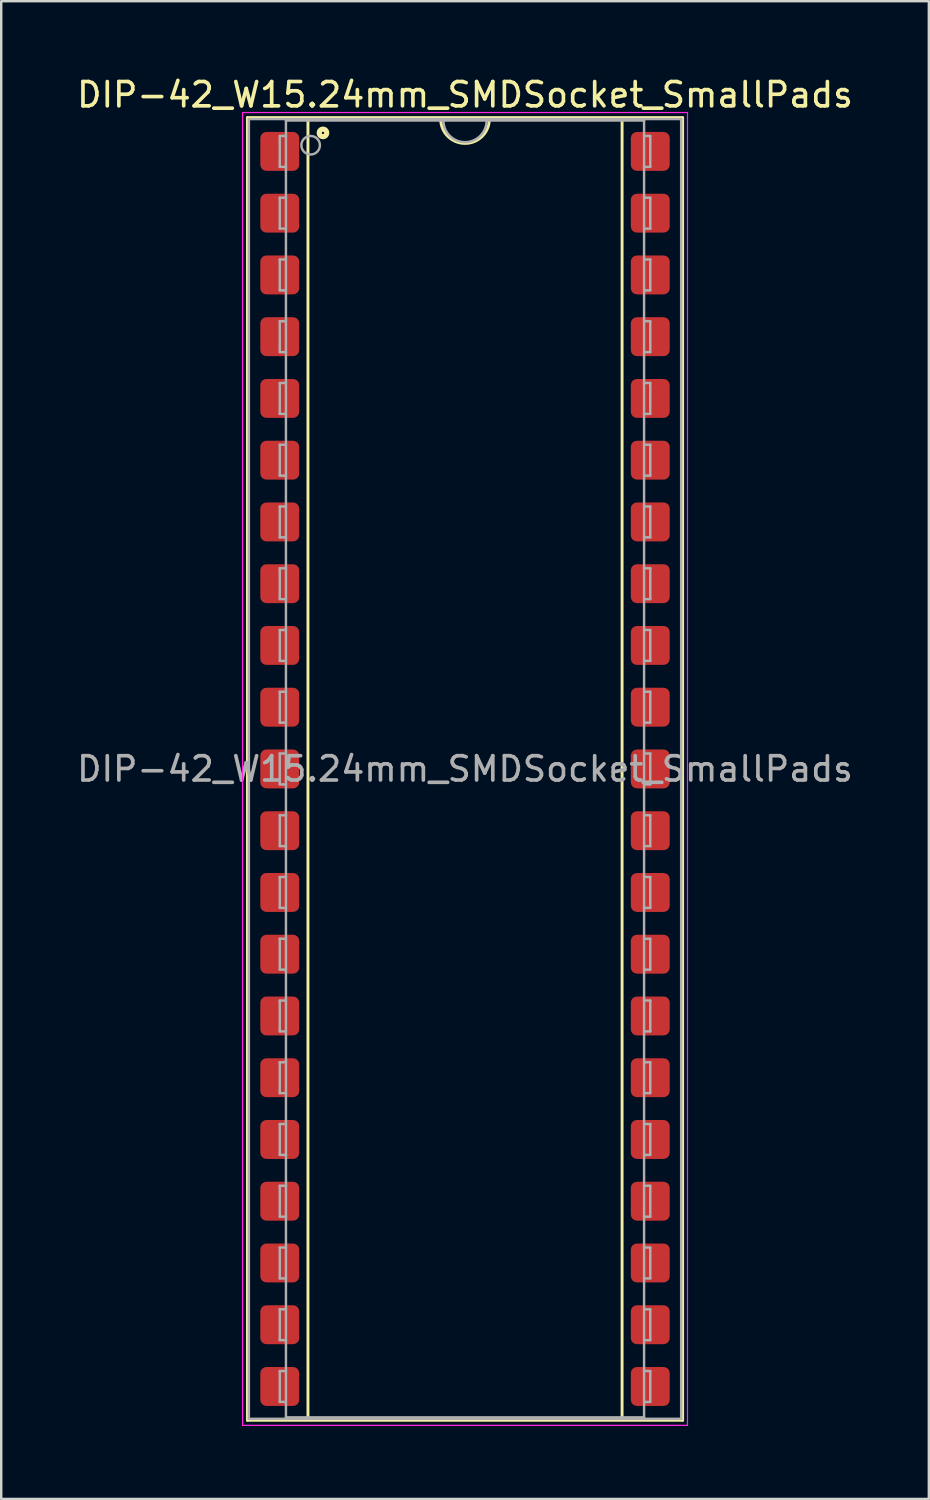
<source format=kicad_pcb>
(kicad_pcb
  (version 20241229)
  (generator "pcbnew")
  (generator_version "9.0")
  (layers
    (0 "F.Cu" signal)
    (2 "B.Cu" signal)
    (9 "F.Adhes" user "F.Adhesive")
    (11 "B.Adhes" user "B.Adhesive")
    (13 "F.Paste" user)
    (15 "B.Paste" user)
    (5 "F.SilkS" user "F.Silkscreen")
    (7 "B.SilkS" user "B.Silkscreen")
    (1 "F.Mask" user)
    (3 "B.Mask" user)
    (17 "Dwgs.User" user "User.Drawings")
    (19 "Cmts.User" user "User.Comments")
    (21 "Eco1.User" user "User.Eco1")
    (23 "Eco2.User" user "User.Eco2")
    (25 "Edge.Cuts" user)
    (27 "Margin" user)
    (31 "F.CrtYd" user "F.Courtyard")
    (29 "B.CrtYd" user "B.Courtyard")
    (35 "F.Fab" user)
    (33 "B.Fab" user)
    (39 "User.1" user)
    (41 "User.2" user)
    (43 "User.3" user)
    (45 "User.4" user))
  (footprint "DIP-42_W15.24mm_SMDSocket_SmallPads"
    (layer "F.Cu")
    (at 16.077 28.578)
    (property "Reference" "DIP-42_W15.24mm_SMDSocket_SmallPads" (at 0 -27.73 0) (layer "F.SilkS") (effects (font (size 1 1) (thickness 0.15))))
    (attr smd)
    (fp_line (start -8.95 -26.79) (end -8.95 26.79) (stroke (width 0.12) (type solid)) (layer "F.SilkS"))
    (fp_line (start -8.95 26.79) (end 8.95 26.79) (stroke (width 0.12) (type solid)) (layer "F.SilkS"))
    (fp_line (start -6.46 -26.73) (end -6.46 26.73) (stroke (width 0.12) (type solid)) (layer "F.SilkS"))
    (fp_line (start -6.46 26.73) (end 6.46 26.73) (stroke (width 0.12) (type solid)) (layer "F.SilkS"))
    (fp_line (start -1 -26.73) (end -6.46 -26.73) (stroke (width 0.12) (type solid)) (layer "F.SilkS"))
    (fp_line (start 6.46 -26.73) (end 1 -26.73) (stroke (width 0.12) (type solid)) (layer "F.SilkS"))
    (fp_line (start 6.46 26.73) (end 6.46 -26.73) (stroke (width 0.12) (type solid)) (layer "F.SilkS"))
    (fp_line (start 8.95 -26.79) (end -8.95 -26.79) (stroke (width 0.12) (type solid)) (layer "F.SilkS"))
    (fp_line (start 8.95 26.79) (end 8.95 -26.79) (stroke (width 0.12) (type solid)) (layer "F.SilkS"))
    (fp_arc (start 1 -26.73) (mid 0 -25.73) (end -1 -26.73) (stroke (width 0.12) (type solid)) (layer "F.SilkS"))
    (fp_circle (center -5.842 -26.162) (end -5.792 -26.162) (stroke (width 0.12) (type solid)) (fill no) (layer "F.SilkS"))
    (fp_circle (center -5.842 -26.162) (end -5.717 -26.162) (stroke (width 0.12) (type solid)) (fill no) (layer "F.SilkS"))
    (fp_circle (center -5.842 -26.162) (end -5.642 -26.162) (stroke (width 0.12) (type solid)) (fill no) (layer "F.SilkS"))
    (fp_line (start -9.15 -27) (end -9.15 27) (stroke (width 0.05) (type solid)) (layer "F.CrtYd"))
    (fp_line (start -9.15 27) (end 9.15 27) (stroke (width 0.05) (type solid)) (layer "F.CrtYd"))
    (fp_line (start 9.15 -27) (end -9.15 -27) (stroke (width 0.05) (type solid)) (layer "F.CrtYd"))
    (fp_line (start 9.15 27) (end 9.15 -27) (stroke (width 0.05) (type solid)) (layer "F.CrtYd"))
    (fp_line (start -8.89 -26.73) (end -8.89 26.73) (stroke (width 0.1) (type solid)) (layer "F.Fab"))
    (fp_line (start -8.89 26.73) (end 8.89 26.73) (stroke (width 0.1) (type solid)) (layer "F.Fab"))
    (fp_line (start -7.62 -26.035) (end -7.62 -24.765) (stroke (width 0.1) (type solid)) (layer "F.Fab"))
    (fp_line (start -7.62 -26.035) (end -7.366 -26.035) (stroke (width 0.1) (type solid)) (layer "F.Fab"))
    (fp_line (start -7.62 -24.765) (end -7.366 -24.765) (stroke (width 0.1) (type solid)) (layer "F.Fab"))
    (fp_line (start -7.62 -23.495) (end -7.62 -22.225) (stroke (width 0.1) (type solid)) (layer "F.Fab"))
    (fp_line (start -7.62 -23.495) (end -7.366 -23.495) (stroke (width 0.1) (type solid)) (layer "F.Fab"))
    (fp_line (start -7.62 -22.225) (end -7.366 -22.225) (stroke (width 0.1) (type solid)) (layer "F.Fab"))
    (fp_line (start -7.62 -20.955) (end -7.62 -19.685) (stroke (width 0.1) (type solid)) (layer "F.Fab"))
    (fp_line (start -7.62 -20.955) (end -7.366 -20.955) (stroke (width 0.1) (type solid)) (layer "F.Fab"))
    (fp_line (start -7.62 -19.685) (end -7.366 -19.685) (stroke (width 0.1) (type solid)) (layer "F.Fab"))
    (fp_line (start -7.62 -18.415) (end -7.62 -17.145) (stroke (width 0.1) (type solid)) (layer "F.Fab"))
    (fp_line (start -7.62 -18.415) (end -7.366 -18.415) (stroke (width 0.1) (type solid)) (layer "F.Fab"))
    (fp_line (start -7.62 -17.145) (end -7.366 -17.145) (stroke (width 0.1) (type solid)) (layer "F.Fab"))
    (fp_line (start -7.62 -15.875) (end -7.62 -14.605) (stroke (width 0.1) (type solid)) (layer "F.Fab"))
    (fp_line (start -7.62 -15.875) (end -7.366 -15.875) (stroke (width 0.1) (type solid)) (layer "F.Fab"))
    (fp_line (start -7.62 -14.605) (end -7.366 -14.605) (stroke (width 0.1) (type solid)) (layer "F.Fab"))
    (fp_line (start -7.62 -13.335) (end -7.62 -12.065) (stroke (width 0.1) (type solid)) (layer "F.Fab"))
    (fp_line (start -7.62 -13.335) (end -7.366 -13.335) (stroke (width 0.1) (type solid)) (layer "F.Fab"))
    (fp_line (start -7.62 -12.065) (end -7.366 -12.065) (stroke (width 0.1) (type solid)) (layer "F.Fab"))
    (fp_line (start -7.62 -10.795) (end -7.62 -9.525) (stroke (width 0.1) (type solid)) (layer "F.Fab"))
    (fp_line (start -7.62 -10.795) (end -7.366 -10.795) (stroke (width 0.1) (type solid)) (layer "F.Fab"))
    (fp_line (start -7.62 -9.525) (end -7.366 -9.525) (stroke (width 0.1) (type solid)) (layer "F.Fab"))
    (fp_line (start -7.62 -8.255) (end -7.62 -6.985) (stroke (width 0.1) (type solid)) (layer "F.Fab"))
    (fp_line (start -7.62 -8.255) (end -7.366 -8.255) (stroke (width 0.1) (type solid)) (layer "F.Fab"))
    (fp_line (start -7.62 -6.985) (end -7.366 -6.985) (stroke (width 0.1) (type solid)) (layer "F.Fab"))
    (fp_line (start -7.62 -5.715) (end -7.62 -4.445) (stroke (width 0.1) (type solid)) (layer "F.Fab"))
    (fp_line (start -7.62 -5.715) (end -7.366 -5.715) (stroke (width 0.1) (type solid)) (layer "F.Fab"))
    (fp_line (start -7.62 -4.445) (end -7.366 -4.445) (stroke (width 0.1) (type solid)) (layer "F.Fab"))
    (fp_line (start -7.62 -3.175) (end -7.62 -1.905) (stroke (width 0.1) (type solid)) (layer "F.Fab"))
    (fp_line (start -7.62 -3.175) (end -7.366 -3.175) (stroke (width 0.1) (type solid)) (layer "F.Fab"))
    (fp_line (start -7.62 -1.905) (end -7.366 -1.905) (stroke (width 0.1) (type solid)) (layer "F.Fab"))
    (fp_line (start -7.62 -0.635) (end -7.62 0.635) (stroke (width 0.1) (type solid)) (layer "F.Fab"))
    (fp_line (start -7.62 -0.635) (end -7.366 -0.635) (stroke (width 0.1) (type solid)) (layer "F.Fab"))
    (fp_line (start -7.62 0.635) (end -7.366 0.635) (stroke (width 0.1) (type solid)) (layer "F.Fab"))
    (fp_line (start -7.62 1.905) (end -7.62 3.175) (stroke (width 0.1) (type solid)) (layer "F.Fab"))
    (fp_line (start -7.62 1.905) (end -7.366 1.905) (stroke (width 0.1) (type solid)) (layer "F.Fab"))
    (fp_line (start -7.62 3.175) (end -7.366 3.175) (stroke (width 0.1) (type solid)) (layer "F.Fab"))
    (fp_line (start -7.62 4.445) (end -7.62 5.715) (stroke (width 0.1) (type solid)) (layer "F.Fab"))
    (fp_line (start -7.62 4.445) (end -7.366 4.445) (stroke (width 0.1) (type solid)) (layer "F.Fab"))
    (fp_line (start -7.62 5.715) (end -7.366 5.715) (stroke (width 0.1) (type solid)) (layer "F.Fab"))
    (fp_line (start -7.62 6.985) (end -7.62 8.255) (stroke (width 0.1) (type solid)) (layer "F.Fab"))
    (fp_line (start -7.62 6.985) (end -7.366 6.985) (stroke (width 0.1) (type solid)) (layer "F.Fab"))
    (fp_line (start -7.62 8.255) (end -7.366 8.255) (stroke (width 0.1) (type solid)) (layer "F.Fab"))
    (fp_line (start -7.62 9.525) (end -7.62 10.795) (stroke (width 0.1) (type solid)) (layer "F.Fab"))
    (fp_line (start -7.62 9.525) (end -7.366 9.525) (stroke (width 0.1) (type solid)) (layer "F.Fab"))
    (fp_line (start -7.62 10.795) (end -7.366 10.795) (stroke (width 0.1) (type solid)) (layer "F.Fab"))
    (fp_line (start -7.62 12.065) (end -7.62 13.335) (stroke (width 0.1) (type solid)) (layer "F.Fab"))
    (fp_line (start -7.62 12.065) (end -7.366 12.065) (stroke (width 0.1) (type solid)) (layer "F.Fab"))
    (fp_line (start -7.62 13.335) (end -7.366 13.335) (stroke (width 0.1) (type solid)) (layer "F.Fab"))
    (fp_line (start -7.62 14.605) (end -7.62 15.875) (stroke (width 0.1) (type solid)) (layer "F.Fab"))
    (fp_line (start -7.62 14.605) (end -7.366 14.605) (stroke (width 0.1) (type solid)) (layer "F.Fab"))
    (fp_line (start -7.62 15.875) (end -7.366 15.875) (stroke (width 0.1) (type solid)) (layer "F.Fab"))
    (fp_line (start -7.62 17.145) (end -7.62 18.415) (stroke (width 0.1) (type solid)) (layer "F.Fab"))
    (fp_line (start -7.62 17.145) (end -7.366 17.145) (stroke (width 0.1) (type solid)) (layer "F.Fab"))
    (fp_line (start -7.62 18.415) (end -7.366 18.415) (stroke (width 0.1) (type solid)) (layer "F.Fab"))
    (fp_line (start -7.62 19.685) (end -7.62 20.955) (stroke (width 0.1) (type solid)) (layer "F.Fab"))
    (fp_line (start -7.62 19.685) (end -7.366 19.685) (stroke (width 0.1) (type solid)) (layer "F.Fab"))
    (fp_line (start -7.62 20.955) (end -7.366 20.955) (stroke (width 0.1) (type solid)) (layer "F.Fab"))
    (fp_line (start -7.62 22.225) (end -7.62 23.495) (stroke (width 0.1) (type solid)) (layer "F.Fab"))
    (fp_line (start -7.62 22.225) (end -7.366 22.225) (stroke (width 0.1) (type solid)) (layer "F.Fab"))
    (fp_line (start -7.62 23.495) (end -7.366 23.495) (stroke (width 0.1) (type solid)) (layer "F.Fab"))
    (fp_line (start -7.62 24.765) (end -7.62 26.035) (stroke (width 0.1) (type solid)) (layer "F.Fab"))
    (fp_line (start -7.62 24.765) (end -7.366 24.765) (stroke (width 0.1) (type solid)) (layer "F.Fab"))
    (fp_line (start -7.62 26.035) (end -7.366 26.035) (stroke (width 0.1) (type solid)) (layer "F.Fab"))
    (fp_line (start -7.366 -26.67) (end 7.365 -26.67) (stroke (width 0.1) (type solid)) (layer "F.Fab"))
    (fp_line (start -7.365 26.67) (end -7.366 -26.67) (stroke (width 0.1) (type solid)) (layer "F.Fab"))
    (fp_line (start 7.365 -26.67) (end 7.365 26.67) (stroke (width 0.1) (type solid)) (layer "F.Fab"))
    (fp_line (start 7.365 26.67) (end -7.365 26.67) (stroke (width 0.1) (type solid)) (layer "F.Fab"))
    (fp_line (start 7.62 -26.035) (end 7.366 -26.035) (stroke (width 0.1) (type solid)) (layer "F.Fab"))
    (fp_line (start 7.62 -24.765) (end 7.366 -24.765) (stroke (width 0.1) (type solid)) (layer "F.Fab"))
    (fp_line (start 7.62 -24.765) (end 7.62 -26.035) (stroke (width 0.1) (type solid)) (layer "F.Fab"))
    (fp_line (start 7.62 -23.495) (end 7.366 -23.495) (stroke (width 0.1) (type solid)) (layer "F.Fab"))
    (fp_line (start 7.62 -22.225) (end 7.366 -22.225) (stroke (width 0.1) (type solid)) (layer "F.Fab"))
    (fp_line (start 7.62 -22.225) (end 7.62 -23.495) (stroke (width 0.1) (type solid)) (layer "F.Fab"))
    (fp_line (start 7.62 -20.955) (end 7.366 -20.955) (stroke (width 0.1) (type solid)) (layer "F.Fab"))
    (fp_line (start 7.62 -19.685) (end 7.366 -19.685) (stroke (width 0.1) (type solid)) (layer "F.Fab"))
    (fp_line (start 7.62 -19.685) (end 7.62 -20.955) (stroke (width 0.1) (type solid)) (layer "F.Fab"))
    (fp_line (start 7.62 -18.415) (end 7.366 -18.415) (stroke (width 0.1) (type solid)) (layer "F.Fab"))
    (fp_line (start 7.62 -17.145) (end 7.366 -17.145) (stroke (width 0.1) (type solid)) (layer "F.Fab"))
    (fp_line (start 7.62 -17.145) (end 7.62 -18.415) (stroke (width 0.1) (type solid)) (layer "F.Fab"))
    (fp_line (start 7.62 -15.875) (end 7.366 -15.875) (stroke (width 0.1) (type solid)) (layer "F.Fab"))
    (fp_line (start 7.62 -14.605) (end 7.366 -14.605) (stroke (width 0.1) (type solid)) (layer "F.Fab"))
    (fp_line (start 7.62 -14.605) (end 7.62 -15.875) (stroke (width 0.1) (type solid)) (layer "F.Fab"))
    (fp_line (start 7.62 -13.335) (end 7.366 -13.335) (stroke (width 0.1) (type solid)) (layer "F.Fab"))
    (fp_line (start 7.62 -12.065) (end 7.366 -12.065) (stroke (width 0.1) (type solid)) (layer "F.Fab"))
    (fp_line (start 7.62 -12.065) (end 7.62 -13.335) (stroke (width 0.1) (type solid)) (layer "F.Fab"))
    (fp_line (start 7.62 -10.795) (end 7.366 -10.795) (stroke (width 0.1) (type solid)) (layer "F.Fab"))
    (fp_line (start 7.62 -9.525) (end 7.366 -9.525) (stroke (width 0.1) (type solid)) (layer "F.Fab"))
    (fp_line (start 7.62 -9.525) (end 7.62 -10.795) (stroke (width 0.1) (type solid)) (layer "F.Fab"))
    (fp_line (start 7.62 -8.255) (end 7.366 -8.255) (stroke (width 0.1) (type solid)) (layer "F.Fab"))
    (fp_line (start 7.62 -6.985) (end 7.366 -6.985) (stroke (width 0.1) (type solid)) (layer "F.Fab"))
    (fp_line (start 7.62 -6.985) (end 7.62 -8.255) (stroke (width 0.1) (type solid)) (layer "F.Fab"))
    (fp_line (start 7.62 -5.715) (end 7.366 -5.715) (stroke (width 0.1) (type solid)) (layer "F.Fab"))
    (fp_line (start 7.62 -4.445) (end 7.366 -4.445) (stroke (width 0.1) (type solid)) (layer "F.Fab"))
    (fp_line (start 7.62 -4.445) (end 7.62 -5.715) (stroke (width 0.1) (type solid)) (layer "F.Fab"))
    (fp_line (start 7.62 -3.175) (end 7.366 -3.175) (stroke (width 0.1) (type solid)) (layer "F.Fab"))
    (fp_line (start 7.62 -1.905) (end 7.366 -1.905) (stroke (width 0.1) (type solid)) (layer "F.Fab"))
    (fp_line (start 7.62 -1.905) (end 7.62 -3.175) (stroke (width 0.1) (type solid)) (layer "F.Fab"))
    (fp_line (start 7.62 -0.635) (end 7.366 -0.635) (stroke (width 0.1) (type solid)) (layer "F.Fab"))
    (fp_line (start 7.62 0.635) (end 7.366 0.635) (stroke (width 0.1) (type solid)) (layer "F.Fab"))
    (fp_line (start 7.62 0.635) (end 7.62 -0.635) (stroke (width 0.1) (type solid)) (layer "F.Fab"))
    (fp_line (start 7.62 1.905) (end 7.366 1.905) (stroke (width 0.1) (type solid)) (layer "F.Fab"))
    (fp_line (start 7.62 3.175) (end 7.366 3.175) (stroke (width 0.1) (type solid)) (layer "F.Fab"))
    (fp_line (start 7.62 3.175) (end 7.62 1.905) (stroke (width 0.1) (type solid)) (layer "F.Fab"))
    (fp_line (start 7.62 4.445) (end 7.366 4.445) (stroke (width 0.1) (type solid)) (layer "F.Fab"))
    (fp_line (start 7.62 5.715) (end 7.366 5.715) (stroke (width 0.1) (type solid)) (layer "F.Fab"))
    (fp_line (start 7.62 5.715) (end 7.62 4.445) (stroke (width 0.1) (type solid)) (layer "F.Fab"))
    (fp_line (start 7.62 6.985) (end 7.366 6.985) (stroke (width 0.1) (type solid)) (layer "F.Fab"))
    (fp_line (start 7.62 8.255) (end 7.366 8.255) (stroke (width 0.1) (type solid)) (layer "F.Fab"))
    (fp_line (start 7.62 8.255) (end 7.62 6.985) (stroke (width 0.1) (type solid)) (layer "F.Fab"))
    (fp_line (start 7.62 9.525) (end 7.366 9.525) (stroke (width 0.1) (type solid)) (layer "F.Fab"))
    (fp_line (start 7.62 10.795) (end 7.366 10.795) (stroke (width 0.1) (type solid)) (layer "F.Fab"))
    (fp_line (start 7.62 10.795) (end 7.62 9.525) (stroke (width 0.1) (type solid)) (layer "F.Fab"))
    (fp_line (start 7.62 12.065) (end 7.366 12.065) (stroke (width 0.1) (type solid)) (layer "F.Fab"))
    (fp_line (start 7.62 13.335) (end 7.366 13.335) (stroke (width 0.1) (type solid)) (layer "F.Fab"))
    (fp_line (start 7.62 13.335) (end 7.62 12.065) (stroke (width 0.1) (type solid)) (layer "F.Fab"))
    (fp_line (start 7.62 14.605) (end 7.366 14.605) (stroke (width 0.1) (type solid)) (layer "F.Fab"))
    (fp_line (start 7.62 15.875) (end 7.366 15.875) (stroke (width 0.1) (type solid)) (layer "F.Fab"))
    (fp_line (start 7.62 15.875) (end 7.62 14.605) (stroke (width 0.1) (type solid)) (layer "F.Fab"))
    (fp_line (start 7.62 17.145) (end 7.366 17.145) (stroke (width 0.1) (type solid)) (layer "F.Fab"))
    (fp_line (start 7.62 18.415) (end 7.366 18.415) (stroke (width 0.1) (type solid)) (layer "F.Fab"))
    (fp_line (start 7.62 18.415) (end 7.62 17.145) (stroke (width 0.1) (type solid)) (layer "F.Fab"))
    (fp_line (start 7.62 19.685) (end 7.366 19.685) (stroke (width 0.1) (type solid)) (layer "F.Fab"))
    (fp_line (start 7.62 20.955) (end 7.366 20.955) (stroke (width 0.1) (type solid)) (layer "F.Fab"))
    (fp_line (start 7.62 20.955) (end 7.62 19.685) (stroke (width 0.1) (type solid)) (layer "F.Fab"))
    (fp_line (start 7.62 22.225) (end 7.366 22.225) (stroke (width 0.1) (type solid)) (layer "F.Fab"))
    (fp_line (start 7.62 23.495) (end 7.366 23.495) (stroke (width 0.1) (type solid)) (layer "F.Fab"))
    (fp_line (start 7.62 23.495) (end 7.62 22.225) (stroke (width 0.1) (type solid)) (layer "F.Fab"))
    (fp_line (start 7.62 24.765) (end 7.366 24.765) (stroke (width 0.1) (type solid)) (layer "F.Fab"))
    (fp_line (start 7.62 26.035) (end 7.366 26.035) (stroke (width 0.1) (type solid)) (layer "F.Fab"))
    (fp_line (start 7.62 26.035) (end 7.62 24.765) (stroke (width 0.1) (type solid)) (layer "F.Fab"))
    (fp_line (start 8.89 -26.73) (end -8.89 -26.73) (stroke (width 0.1) (type solid)) (layer "F.Fab"))
    (fp_line (start 8.89 26.73) (end 8.89 -26.73) (stroke (width 0.1) (type solid)) (layer "F.Fab"))
    (fp_arc (start 0.889 -26.67) (mid 0 -25.781) (end -0.889 -26.67) (stroke (width 0.1) (type solid)) (layer "F.Fab"))
    (fp_circle (center -6.35 -25.654) (end -5.969 -25.654) (stroke (width 0.1) (type solid)) (fill no) (layer "F.Fab"))
    (fp_text user "${REFERENCE}" (at 0 0 0) (layer "F.Fab") (effects (font (size 1 1) (thickness 0.15))))
    (pad "1" smd roundrect (at -7.62 -25.4) (size 1.6 1.6) (layers "F.Cu" "F.Mask" "F.Paste") (roundrect_rratio 0.156))
    (pad "2" smd roundrect (at -7.62 -22.86) (size 1.6 1.6) (layers "F.Cu" "F.Mask" "F.Paste") (roundrect_rratio 0.156))
    (pad "3" smd roundrect (at -7.62 -20.32) (size 1.6 1.6) (layers "F.Cu" "F.Mask" "F.Paste") (roundrect_rratio 0.156))
    (pad "4" smd roundrect (at -7.62 -17.78) (size 1.6 1.6) (layers "F.Cu" "F.Mask" "F.Paste") (roundrect_rratio 0.156))
    (pad "5" smd roundrect (at -7.62 -15.24) (size 1.6 1.6) (layers "F.Cu" "F.Mask" "F.Paste") (roundrect_rratio 0.156))
    (pad "6" smd roundrect (at -7.62 -12.7) (size 1.6 1.6) (layers "F.Cu" "F.Mask" "F.Paste") (roundrect_rratio 0.156))
    (pad "7" smd roundrect (at -7.62 -10.16) (size 1.6 1.6) (layers "F.Cu" "F.Mask" "F.Paste") (roundrect_rratio 0.156))
    (pad "8" smd roundrect (at -7.62 -7.62) (size 1.6 1.6) (layers "F.Cu" "F.Mask" "F.Paste") (roundrect_rratio 0.156))
    (pad "9" smd roundrect (at -7.62 -5.08) (size 1.6 1.6) (layers "F.Cu" "F.Mask" "F.Paste") (roundrect_rratio 0.156))
    (pad "10" smd roundrect (at -7.62 -2.54) (size 1.6 1.6) (layers "F.Cu" "F.Mask" "F.Paste") (roundrect_rratio 0.156))
    (pad "11" smd roundrect (at -7.62 0) (size 1.6 1.6) (layers "F.Cu" "F.Mask" "F.Paste") (roundrect_rratio 0.156))
    (pad "12" smd roundrect (at -7.62 2.54) (size 1.6 1.6) (layers "F.Cu" "F.Mask" "F.Paste") (roundrect_rratio 0.156))
    (pad "13" smd roundrect (at -7.62 5.08) (size 1.6 1.6) (layers "F.Cu" "F.Mask" "F.Paste") (roundrect_rratio 0.156))
    (pad "14" smd roundrect (at -7.62 7.62) (size 1.6 1.6) (layers "F.Cu" "F.Mask" "F.Paste") (roundrect_rratio 0.156))
    (pad "15" smd roundrect (at -7.62 10.16) (size 1.6 1.6) (layers "F.Cu" "F.Mask" "F.Paste") (roundrect_rratio 0.156))
    (pad "16" smd roundrect (at -7.62 12.7) (size 1.6 1.6) (layers "F.Cu" "F.Mask" "F.Paste") (roundrect_rratio 0.156))
    (pad "17" smd roundrect (at -7.62 15.24) (size 1.6 1.6) (layers "F.Cu" "F.Mask" "F.Paste") (roundrect_rratio 0.156))
    (pad "18" smd roundrect (at -7.62 17.78) (size 1.6 1.6) (layers "F.Cu" "F.Mask" "F.Paste") (roundrect_rratio 0.156))
    (pad "19" smd roundrect (at -7.62 20.32) (size 1.6 1.6) (layers "F.Cu" "F.Mask" "F.Paste") (roundrect_rratio 0.156))
    (pad "20" smd roundrect (at -7.62 22.86) (size 1.6 1.6) (layers "F.Cu" "F.Mask" "F.Paste") (roundrect_rratio 0.156))
    (pad "21" smd roundrect (at -7.62 25.4) (size 1.6 1.6) (layers "F.Cu" "F.Mask" "F.Paste") (roundrect_rratio 0.156))
    (pad "22" smd roundrect (at 7.62 25.4) (size 1.6 1.6) (layers "F.Cu" "F.Mask" "F.Paste") (roundrect_rratio 0.156))
    (pad "23" smd roundrect (at 7.62 22.86) (size 1.6 1.6) (layers "F.Cu" "F.Mask" "F.Paste") (roundrect_rratio 0.156))
    (pad "24" smd roundrect (at 7.62 20.32) (size 1.6 1.6) (layers "F.Cu" "F.Mask" "F.Paste") (roundrect_rratio 0.156))
    (pad "25" smd roundrect (at 7.62 17.78) (size 1.6 1.6) (layers "F.Cu" "F.Mask" "F.Paste") (roundrect_rratio 0.156))
    (pad "26" smd roundrect (at 7.62 15.24) (size 1.6 1.6) (layers "F.Cu" "F.Mask" "F.Paste") (roundrect_rratio 0.156))
    (pad "27" smd roundrect (at 7.62 12.7) (size 1.6 1.6) (layers "F.Cu" "F.Mask" "F.Paste") (roundrect_rratio 0.156))
    (pad "28" smd roundrect (at 7.62 10.16) (size 1.6 1.6) (layers "F.Cu" "F.Mask" "F.Paste") (roundrect_rratio 0.156))
    (pad "29" smd roundrect (at 7.62 7.62) (size 1.6 1.6) (layers "F.Cu" "F.Mask" "F.Paste") (roundrect_rratio 0.156))
    (pad "30" smd roundrect (at 7.62 5.08) (size 1.6 1.6) (layers "F.Cu" "F.Mask" "F.Paste") (roundrect_rratio 0.156))
    (pad "31" smd roundrect (at 7.62 2.54) (size 1.6 1.6) (layers "F.Cu" "F.Mask" "F.Paste") (roundrect_rratio 0.156))
    (pad "32" smd roundrect (at 7.62 0) (size 1.6 1.6) (layers "F.Cu" "F.Mask" "F.Paste") (roundrect_rratio 0.156))
    (pad "33" smd roundrect (at 7.62 -2.54) (size 1.6 1.6) (layers "F.Cu" "F.Mask" "F.Paste") (roundrect_rratio 0.156))
    (pad "34" smd roundrect (at 7.62 -5.08) (size 1.6 1.6) (layers "F.Cu" "F.Mask" "F.Paste") (roundrect_rratio 0.156))
    (pad "35" smd roundrect (at 7.62 -7.62) (size 1.6 1.6) (layers "F.Cu" "F.Mask" "F.Paste") (roundrect_rratio 0.156))
    (pad "36" smd roundrect (at 7.62 -10.16) (size 1.6 1.6) (layers "F.Cu" "F.Mask" "F.Paste") (roundrect_rratio 0.156))
    (pad "37" smd roundrect (at 7.62 -12.7) (size 1.6 1.6) (layers "F.Cu" "F.Mask" "F.Paste") (roundrect_rratio 0.156))
    (pad "38" smd roundrect (at 7.62 -15.24) (size 1.6 1.6) (layers "F.Cu" "F.Mask" "F.Paste") (roundrect_rratio 0.156))
    (pad "39" smd roundrect (at 7.62 -17.78) (size 1.6 1.6) (layers "F.Cu" "F.Mask" "F.Paste") (roundrect_rratio 0.156))
    (pad "40" smd roundrect (at 7.62 -20.32) (size 1.6 1.6) (layers "F.Cu" "F.Mask" "F.Paste") (roundrect_rratio 0.156))
    (pad "41" smd roundrect (at 7.62 -22.86) (size 1.6 1.6) (layers "F.Cu" "F.Mask" "F.Paste") (roundrect_rratio 0.156))
    (pad "42" smd roundrect (at 7.62 -25.4) (size 1.6 1.6) (layers "F.Cu" "F.Mask" "F.Paste") (roundrect_rratio 0.156)))
  (gr_rect
    (start -3 -3)
    (end 35.155 58.603)
    (stroke (width 0.1) (type default))
    (fill no)
    (layer "Edge.Cuts")))
</source>
